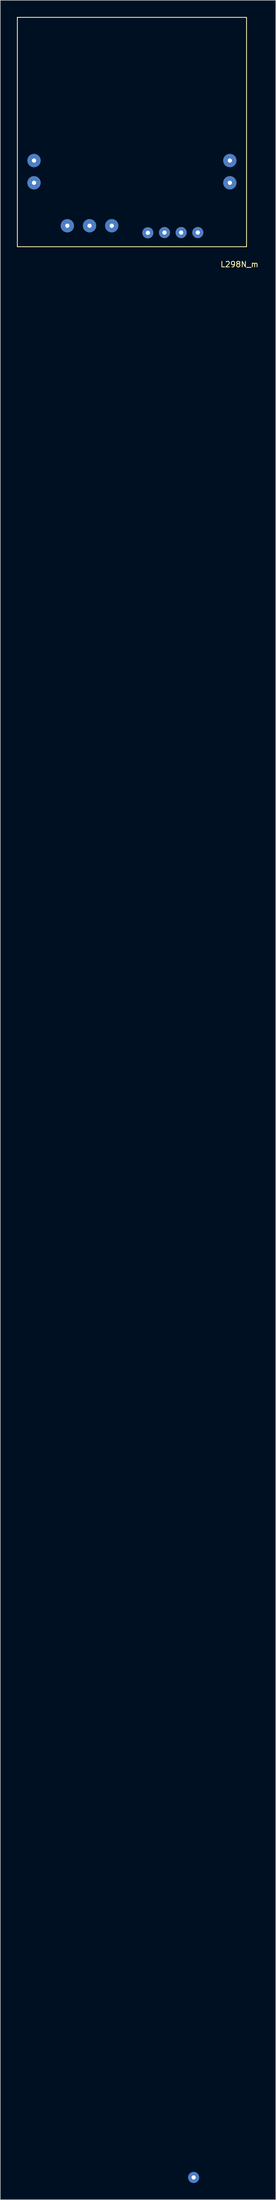
<source format=kicad_pcb>
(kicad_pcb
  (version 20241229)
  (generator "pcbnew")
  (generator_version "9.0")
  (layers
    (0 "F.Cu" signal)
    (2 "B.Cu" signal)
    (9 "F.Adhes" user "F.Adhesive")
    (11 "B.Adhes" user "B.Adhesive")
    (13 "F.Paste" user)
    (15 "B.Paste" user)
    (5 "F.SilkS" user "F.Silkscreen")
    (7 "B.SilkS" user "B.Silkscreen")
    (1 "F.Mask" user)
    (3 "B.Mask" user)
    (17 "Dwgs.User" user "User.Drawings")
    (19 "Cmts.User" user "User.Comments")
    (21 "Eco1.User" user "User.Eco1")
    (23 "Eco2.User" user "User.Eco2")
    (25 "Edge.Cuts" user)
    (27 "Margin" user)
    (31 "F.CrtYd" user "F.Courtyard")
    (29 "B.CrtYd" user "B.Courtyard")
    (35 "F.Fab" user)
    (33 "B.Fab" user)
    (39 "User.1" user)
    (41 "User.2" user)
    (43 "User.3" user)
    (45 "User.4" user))
  (footprint "L298N_m"
    (layer "F.Cu")
    (at 21.665 21.665)
    (property "Reference" "L298N_m" (at 18.415 22.86 0) (layer "F.SilkS") (effects (font (size 1 1) (thickness 0.15))))
    (attr through_hole)
    (fp_line (start -21.59 -21.59) (end 19.685 -21.59) (stroke (width 0.15) (type solid)) (layer "F.SilkS"))
    (fp_line (start -21.59 19.685) (end -21.59 -21.59) (stroke (width 0.15) (type solid)) (layer "F.SilkS"))
    (fp_line (start 19.685 -21.59) (end 19.685 19.685) (stroke (width 0.15) (type solid)) (layer "F.SilkS"))
    (fp_line (start 19.685 19.685) (end -21.59 19.685) (stroke (width 0.15) (type solid)) (layer "F.SilkS"))
    (pad "1" thru_hole circle (at 1.91 17.18) (size 2 2) (drill 0.762) (layers "*.Cu" "*.Mask"))
    (pad "2" thru_hole circle (at 4.91 17.137) (size 2 2) (drill 0.762) (layers "*.Cu" "*.Mask"))
    (pad "3" thru_hole circle (at 7.91 17.137) (size 2 2) (drill 0.762) (layers "*.Cu" "*.Mask"))
    (pad "4" thru_hole circle (at 10.91 17.137) (size 2 2) (drill 0.762) (layers "*.Cu" "*.Mask"))
    (pad "5" thru_hole circle (at -18.59 4.18) (size 2.4 2.4) (drill 0.762) (layers "*.Cu" "*.Mask"))
    (pad "6" thru_hole circle (at -18.59 8.18) (size 2.4 2.4) (drill 0.762) (layers "*.Cu" "*.Mask"))
    (pad "7" thru_hole circle (at 16.68 8.18) (size 2.4 2.4) (drill 0.762) (layers "*.Cu" "*.Mask"))
    (pad "8" thru_hole circle (at 16.68 4.18) (size 2.4 2.4) (drill 0.762) (layers "*.Cu" "*.Mask"))
    (pad "9" thru_hole circle (at -12.59 15.91) (size 2.4 2.4) (drill 0.762) (layers "*.Cu" "*.Mask"))
    (pad "10" thru_hole circle (at -4.59 15.91) (size 2.4 2.4) (drill 0.762) (layers "*.Cu" "*.Mask"))
    (pad "11" thru_hole circle (at -8.59 15.91) (size 2.4 2.4) (drill 0.762) (layers "*.Cu" "*.Mask"))
    (pad "14" thru_hole circle (at 10.16 367.137) (size 2 2) (drill 0.762) (layers "*.Cu" "*.Mask")))
  (gr_rect
    (start -3 -3)
    (end 46.61 392.802)
    (stroke (width 0.1) (type default))
    (fill no)
    (layer "Edge.Cuts")))
</source>
